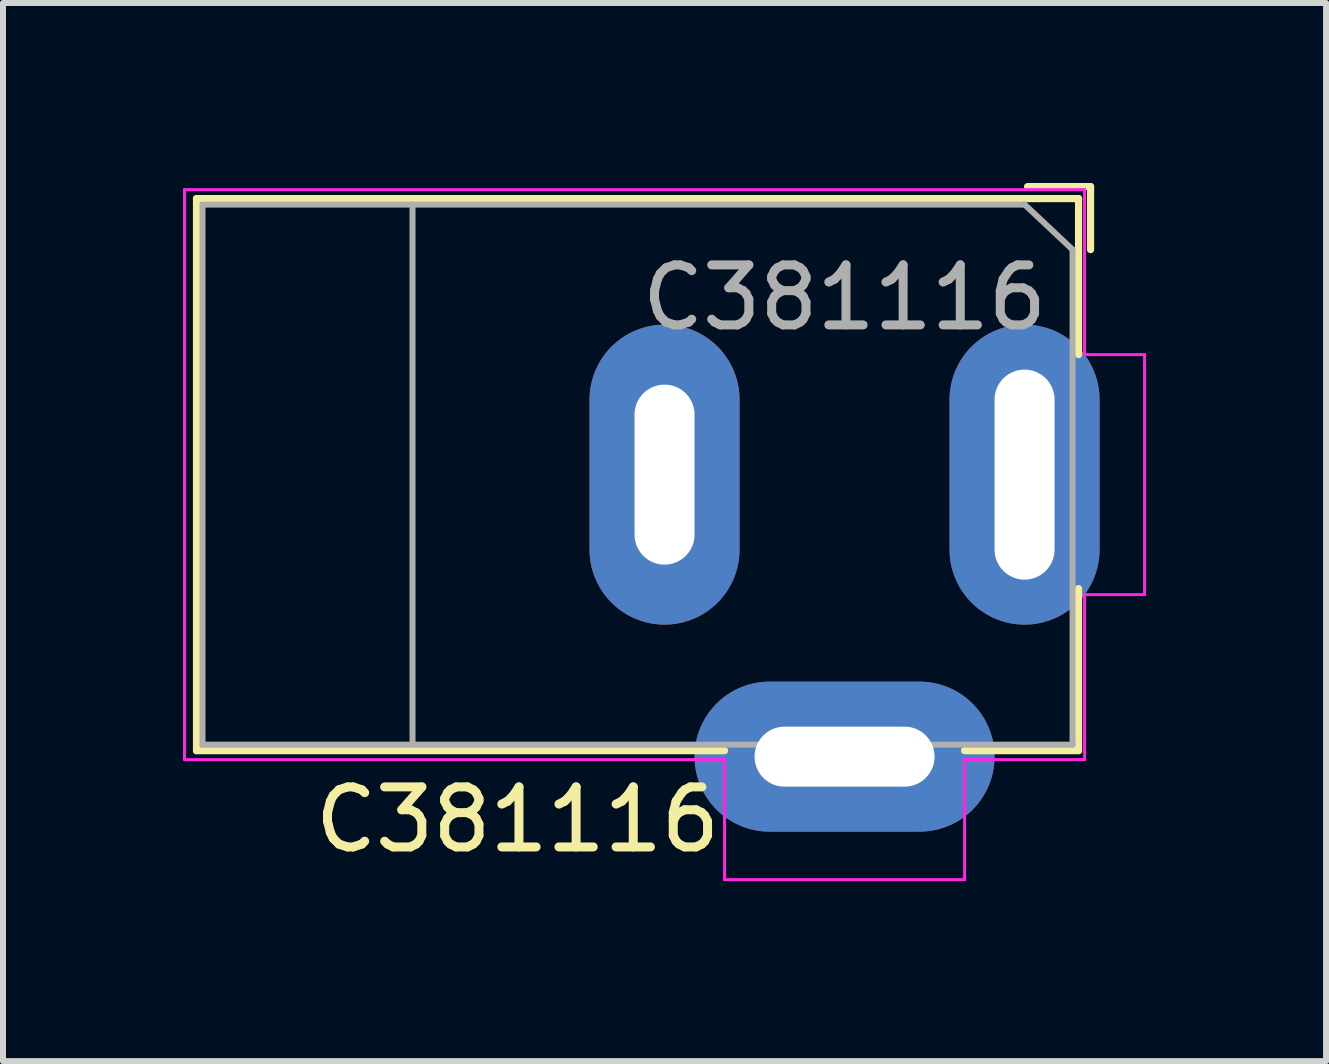
<source format=kicad_pcb>
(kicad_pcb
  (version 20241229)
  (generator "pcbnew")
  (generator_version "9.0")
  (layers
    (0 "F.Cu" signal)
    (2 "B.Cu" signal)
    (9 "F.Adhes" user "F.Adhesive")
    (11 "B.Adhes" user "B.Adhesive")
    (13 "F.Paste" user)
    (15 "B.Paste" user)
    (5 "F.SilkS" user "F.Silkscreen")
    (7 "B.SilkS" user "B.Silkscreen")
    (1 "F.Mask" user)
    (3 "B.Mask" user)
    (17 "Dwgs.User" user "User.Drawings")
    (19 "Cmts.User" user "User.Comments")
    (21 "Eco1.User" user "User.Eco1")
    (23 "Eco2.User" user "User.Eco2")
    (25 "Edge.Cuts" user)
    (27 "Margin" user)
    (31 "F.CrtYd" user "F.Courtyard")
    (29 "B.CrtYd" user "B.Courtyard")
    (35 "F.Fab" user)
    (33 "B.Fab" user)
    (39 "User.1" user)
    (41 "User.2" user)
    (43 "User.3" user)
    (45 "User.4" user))
  (footprint "C381116"
    (layer "F.Cu")
    (at 14.025 4.86)
    (property "Reference" "C381116" (at -8.45 5.75 180) (layer "F.SilkS") (effects (font (size 1 1) (thickness 0.15))))
    (attr through_hole)
    (fp_line (start -13.8 -4.6) (end 0.9 -4.6) (stroke (width 0.12) (type solid)) (layer "F.SilkS"))
    (fp_line (start -13.8 4.6) (end -13.8 -4.6) (stroke (width 0.12) (type solid)) (layer "F.SilkS"))
    (fp_line (start -5 4.6) (end -13.8 4.6) (stroke (width 0.12) (type solid)) (layer "F.SilkS"))
    (fp_line (start 0.05 -4.8) (end 1.1 -4.8) (stroke (width 0.12) (type solid)) (layer "F.SilkS"))
    (fp_line (start 0.9 -4.6) (end 0.9 -2) (stroke (width 0.12) (type solid)) (layer "F.SilkS"))
    (fp_line (start 0.9 1.9) (end 0.9 4.6) (stroke (width 0.12) (type solid)) (layer "F.SilkS"))
    (fp_line (start 0.9 4.6) (end -1 4.6) (stroke (width 0.12) (type solid)) (layer "F.SilkS"))
    (fp_line (start 1.1 -3.75) (end 1.1 -4.8) (stroke (width 0.12) (type solid)) (layer "F.SilkS"))
    (fp_line (start -14 4.75) (end -14 -4.75) (stroke (width 0.05) (type solid)) (layer "F.CrtYd"))
    (fp_line (start -5 4.75) (end -14 4.75) (stroke (width 0.05) (type solid)) (layer "F.CrtYd"))
    (fp_line (start -5 6.75) (end -5 4.75) (stroke (width 0.05) (type solid)) (layer "F.CrtYd"))
    (fp_line (start -1 4.75) (end -1 6.75) (stroke (width 0.05) (type solid)) (layer "F.CrtYd"))
    (fp_line (start -1 6.75) (end -5 6.75) (stroke (width 0.05) (type solid)) (layer "F.CrtYd"))
    (fp_line (start 1 -4.75) (end -14 -4.75) (stroke (width 0.05) (type solid)) (layer "F.CrtYd"))
    (fp_line (start 1 -4.5) (end 1 -4.75) (stroke (width 0.05) (type solid)) (layer "F.CrtYd"))
    (fp_line (start 1 -4.5) (end 1 -2) (stroke (width 0.05) (type solid)) (layer "F.CrtYd"))
    (fp_line (start 1 -2) (end 2 -2) (stroke (width 0.05) (type solid)) (layer "F.CrtYd"))
    (fp_line (start 1 2) (end 1 4.75) (stroke (width 0.05) (type solid)) (layer "F.CrtYd"))
    (fp_line (start 1 4.75) (end -1 4.75) (stroke (width 0.05) (type solid)) (layer "F.CrtYd"))
    (fp_line (start 2 -2) (end 2 2) (stroke (width 0.05) (type solid)) (layer "F.CrtYd"))
    (fp_line (start 2 2) (end 1 2) (stroke (width 0.05) (type solid)) (layer "F.CrtYd"))
    (fp_line (start -13.7 -4.5) (end -13.7 4.5) (stroke (width 0.1) (type solid)) (layer "F.Fab"))
    (fp_line (start -13.7 4.5) (end 0.8 4.5) (stroke (width 0.1) (type solid)) (layer "F.Fab"))
    (fp_line (start -10.2 -4.5) (end -10.2 4.5) (stroke (width 0.1) (type solid)) (layer "F.Fab"))
    (fp_line (start -0.003 -4.505) (end 0.8 -3.75) (stroke (width 0.1) (type solid)) (layer "F.Fab"))
    (fp_line (start 0 -4.5) (end -13.7 -4.5) (stroke (width 0.1) (type solid)) (layer "F.Fab"))
    (fp_line (start 0.8 4.5) (end 0.8 -3.75) (stroke (width 0.1) (type solid)) (layer "F.Fab"))
    (fp_text user "${REFERENCE}" (at -3 -2.95 180) (layer "F.Fab") (effects (font (size 1 1) (thickness 0.15))))
    (pad "1" thru_hole oval (at 0 0) (size 2.5 5) (drill oval 1 3.5) (layers "*.Cu" "*.Mask"))
    (pad "2" thru_hole oval (at -6 0) (size 2.5 5) (drill oval 1 3) (layers "*.Cu" "*.Mask"))
    (pad "3" thru_hole oval (at -3 4.7) (size 5 2.5) (drill oval 3 1) (layers "*.Cu" "*.Mask")))
  (gr_rect
    (start -3 -3)
    (end 19.05 14.635)
    (stroke (width 0.1) (type default))
    (fill no)
    (layer "Edge.Cuts")))
</source>
